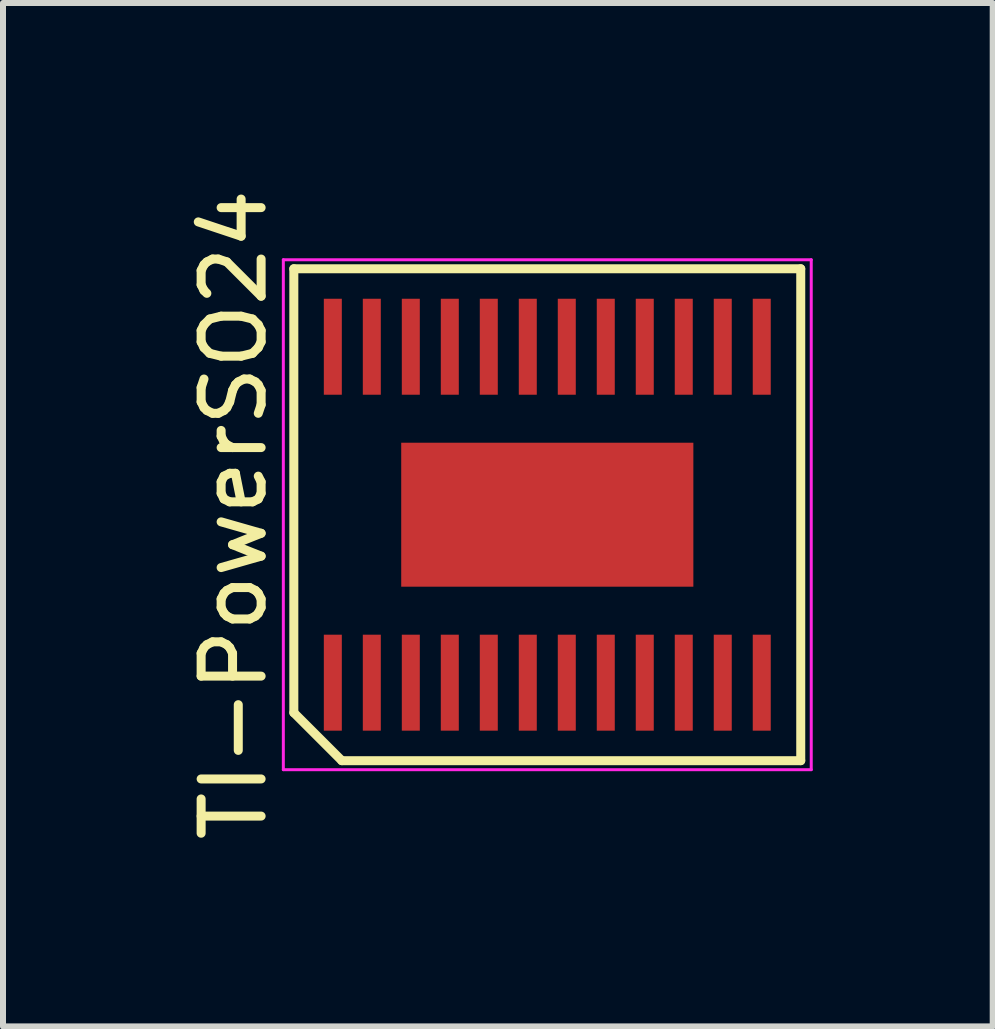
<source format=kicad_pcb>
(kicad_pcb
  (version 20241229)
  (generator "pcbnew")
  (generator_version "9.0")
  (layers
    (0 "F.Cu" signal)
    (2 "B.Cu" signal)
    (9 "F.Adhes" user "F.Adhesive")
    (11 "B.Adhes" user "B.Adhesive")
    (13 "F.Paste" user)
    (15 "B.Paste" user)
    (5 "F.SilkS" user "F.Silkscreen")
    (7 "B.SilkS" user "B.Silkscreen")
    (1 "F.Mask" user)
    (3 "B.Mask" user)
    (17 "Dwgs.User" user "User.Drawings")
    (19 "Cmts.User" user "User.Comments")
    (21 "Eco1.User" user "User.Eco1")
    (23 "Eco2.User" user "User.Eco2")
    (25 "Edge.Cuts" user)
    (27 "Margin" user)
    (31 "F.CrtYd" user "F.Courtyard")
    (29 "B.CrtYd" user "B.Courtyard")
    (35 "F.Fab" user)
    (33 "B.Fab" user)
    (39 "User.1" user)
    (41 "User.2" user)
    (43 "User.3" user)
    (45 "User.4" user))
  (footprint "TI-PowerSO24"
    (layer "F.Cu")
    (at 6.073 5.53)
    (property "Reference" "TI-PowerSO24" (at -5.225 0 90) (layer "F.SilkS") (effects (font (size 1 1) (thickness 0.15))))
    (attr smd)
    (fp_line (start -4.225 -4.1) (end 4.225 -4.1) (stroke (width 0.15) (type solid)) (layer "F.SilkS"))
    (fp_line (start -4.225 3.3) (end -4.225 -4.1) (stroke (width 0.15) (type solid)) (layer "F.SilkS"))
    (fp_line (start -3.425 4.1) (end -4.225 3.3) (stroke (width 0.15) (type solid)) (layer "F.SilkS"))
    (fp_line (start 4.225 -4.1) (end 4.225 4.1) (stroke (width 0.15) (type solid)) (layer "F.SilkS"))
    (fp_line (start 4.225 4.1) (end -3.425 4.1) (stroke (width 0.15) (type solid)) (layer "F.SilkS"))
    (fp_line (start -4.4 -4.25) (end 4.4 -4.25) (stroke (width 0.05) (type solid)) (layer "F.CrtYd"))
    (fp_line (start -4.4 4.25) (end -4.4 -4.25) (stroke (width 0.05) (type solid)) (layer "F.CrtYd"))
    (fp_line (start 4.4 -4.25) (end 4.4 4.25) (stroke (width 0.05) (type solid)) (layer "F.CrtYd"))
    (fp_line (start 4.4 4.25) (end -4.4 4.25) (stroke (width 0.05) (type solid)) (layer "F.CrtYd"))
    (pad "1" smd rect (at -3.575 2.8) (size 0.3 1.6) (layers "F.Cu" "F.Mask" "F.Paste"))
    (pad "2" smd rect (at -2.925 2.8) (size 0.3 1.6) (layers "F.Cu" "F.Mask" "F.Paste"))
    (pad "3" smd rect (at -2.275 2.8) (size 0.3 1.6) (layers "F.Cu" "F.Mask" "F.Paste"))
    (pad "4" smd rect (at -1.625 2.8) (size 0.3 1.6) (layers "F.Cu" "F.Mask" "F.Paste"))
    (pad "5" smd rect (at -0.975 2.8) (size 0.3 1.6) (layers "F.Cu" "F.Mask" "F.Paste"))
    (pad "6" smd rect (at -0.325 2.8) (size 0.3 1.6) (layers "F.Cu" "F.Mask" "F.Paste"))
    (pad "7" smd rect (at 0.325 2.8) (size 0.3 1.6) (layers "F.Cu" "F.Mask" "F.Paste"))
    (pad "8" smd rect (at 0.975 2.8) (size 0.3 1.6) (layers "F.Cu" "F.Mask" "F.Paste"))
    (pad "9" smd rect (at 1.625 2.8) (size 0.3 1.6) (layers "F.Cu" "F.Mask" "F.Paste"))
    (pad "10" smd rect (at 2.275 2.8) (size 0.3 1.6) (layers "F.Cu" "F.Mask" "F.Paste"))
    (pad "11" smd rect (at 2.925 2.8) (size 0.3 1.6) (layers "F.Cu" "F.Mask" "F.Paste"))
    (pad "12" smd rect (at 3.575 2.8) (size 0.3 1.6) (layers "F.Cu" "F.Mask" "F.Paste"))
    (pad "13" smd rect (at 3.575 -2.8) (size 0.3 1.6) (layers "F.Cu" "F.Mask" "F.Paste"))
    (pad "14" smd rect (at 2.925 -2.8) (size 0.3 1.6) (layers "F.Cu" "F.Mask" "F.Paste"))
    (pad "15" smd rect (at 2.275 -2.8) (size 0.3 1.6) (layers "F.Cu" "F.Mask" "F.Paste"))
    (pad "16" smd rect (at 1.625 -2.8) (size 0.3 1.6) (layers "F.Cu" "F.Mask" "F.Paste"))
    (pad "17" smd rect (at 0.975 -2.8) (size 0.3 1.6) (layers "F.Cu" "F.Mask" "F.Paste"))
    (pad "18" smd rect (at 0.325 -2.8) (size 0.3 1.6) (layers "F.Cu" "F.Mask" "F.Paste"))
    (pad "19" smd rect (at -0.325 -2.8) (size 0.3 1.6) (layers "F.Cu" "F.Mask" "F.Paste"))
    (pad "20" smd rect (at -0.975 -2.8) (size 0.3 1.6) (layers "F.Cu" "F.Mask" "F.Paste"))
    (pad "21" smd rect (at -1.625 -2.8) (size 0.3 1.6) (layers "F.Cu" "F.Mask" "F.Paste"))
    (pad "22" smd rect (at -2.275 -2.8) (size 0.3 1.6) (layers "F.Cu" "F.Mask" "F.Paste"))
    (pad "23" smd rect (at -2.925 -2.8) (size 0.3 1.6) (layers "F.Cu" "F.Mask" "F.Paste"))
    (pad "24" smd rect (at -3.575 -2.8) (size 0.3 1.6) (layers "F.Cu" "F.Mask" "F.Paste"))
    (pad "25" smd rect (at 0 0) (size 4.87 2.4) (layers "F.Cu" "F.Mask" "F.Paste")))
  (gr_rect
    (start -3 -3)
    (end 13.498 14.06)
    (stroke (width 0.1) (type default))
    (fill no)
    (layer "Edge.Cuts")))
</source>
